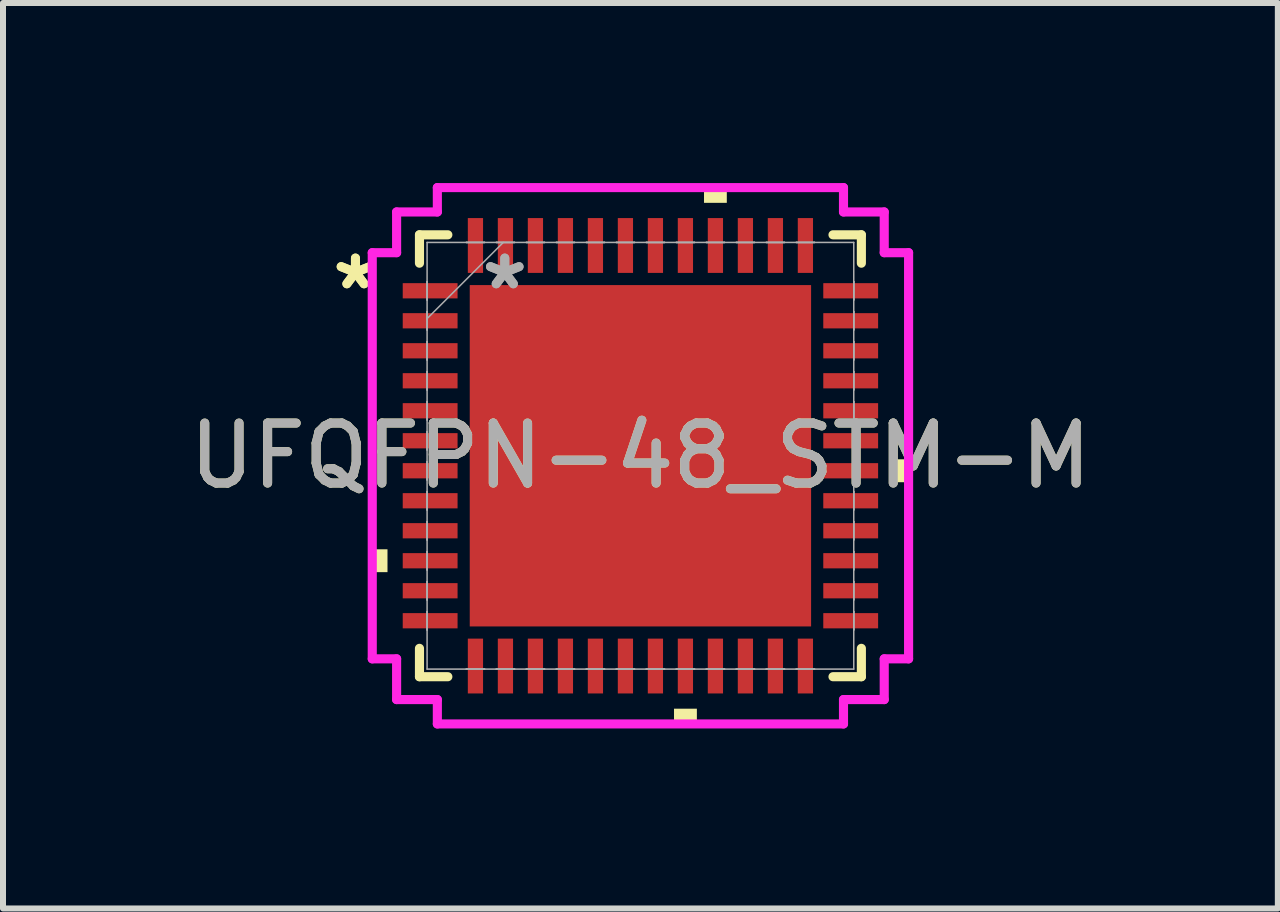
<source format=kicad_pcb>
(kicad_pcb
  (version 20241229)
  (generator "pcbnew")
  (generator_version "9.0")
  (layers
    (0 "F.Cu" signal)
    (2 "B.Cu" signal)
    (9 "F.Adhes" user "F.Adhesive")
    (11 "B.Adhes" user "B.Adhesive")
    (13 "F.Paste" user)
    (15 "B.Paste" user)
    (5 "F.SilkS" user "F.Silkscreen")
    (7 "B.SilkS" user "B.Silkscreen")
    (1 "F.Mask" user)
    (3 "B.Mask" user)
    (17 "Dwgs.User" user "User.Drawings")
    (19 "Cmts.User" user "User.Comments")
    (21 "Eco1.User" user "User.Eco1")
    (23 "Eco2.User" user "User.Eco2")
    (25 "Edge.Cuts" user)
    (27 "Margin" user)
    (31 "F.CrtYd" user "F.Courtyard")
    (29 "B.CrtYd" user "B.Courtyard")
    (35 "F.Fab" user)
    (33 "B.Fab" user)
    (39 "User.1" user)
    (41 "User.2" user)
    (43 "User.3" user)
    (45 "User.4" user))
  (footprint "UFQFPN-48_STM-M"
    (layer "F.Cu")
    (at 7.625 4.547)
    (property "Reference" "UFQFPN-48_STM-M" (at 0 0 0) (unlocked yes) (layer "F.SilkS") (effects (font (size 1 1) (thickness 0.15))))
    (attr smd)
    (fp_line (start -3.683 -3.683) (end -3.683 -3.21) (stroke (width 0.152) (type solid)) (layer "F.SilkS"))
    (fp_line (start -3.683 3.21) (end -3.683 3.683) (stroke (width 0.152) (type solid)) (layer "F.SilkS"))
    (fp_line (start -3.683 3.683) (end -3.21 3.683) (stroke (width 0.152) (type solid)) (layer "F.SilkS"))
    (fp_line (start -3.21 -3.683) (end -3.683 -3.683) (stroke (width 0.152) (type solid)) (layer "F.SilkS"))
    (fp_line (start 3.21 3.683) (end 3.683 3.683) (stroke (width 0.152) (type solid)) (layer "F.SilkS"))
    (fp_line (start 3.683 -3.683) (end 3.21 -3.683) (stroke (width 0.152) (type solid)) (layer "F.SilkS"))
    (fp_line (start 3.683 -3.21) (end 3.683 -3.683) (stroke (width 0.152) (type solid)) (layer "F.SilkS"))
    (fp_line (start 3.683 3.683) (end 3.683 3.21) (stroke (width 0.152) (type solid)) (layer "F.SilkS"))
    (fp_poly (pts (xy -4.47 1.559) (xy -4.47 1.94) (xy -4.216 1.94) (xy -4.216 1.559)) (stroke (width 0) (type solid)) (fill yes) (layer "F.SilkS"))
    (fp_poly (pts (xy 0.56 4.216) (xy 0.56 4.47) (xy 0.941 4.47) (xy 0.941 4.216)) (stroke (width 0) (type solid)) (fill yes) (layer "F.SilkS"))
    (fp_poly (pts (xy 1.06 -4.216) (xy 1.06 -4.47) (xy 1.44 -4.47) (xy 1.44 -4.216)) (stroke (width 0) (type solid)) (fill yes) (layer "F.SilkS"))
    (fp_poly (pts (xy 4.47 0.059) (xy 4.47 0.441) (xy 4.216 0.441) (xy 4.216 0.059)) (stroke (width 0) (type solid)) (fill yes) (layer "F.SilkS"))
    (fp_line (start -4.47 -3.385) (end -4.064 -3.385) (stroke (width 0.152) (type solid)) (layer "F.CrtYd"))
    (fp_line (start -4.47 3.385) (end -4.47 -3.385) (stroke (width 0.152) (type solid)) (layer "F.CrtYd"))
    (fp_line (start -4.064 -4.064) (end -3.385 -4.064) (stroke (width 0.152) (type solid)) (layer "F.CrtYd"))
    (fp_line (start -4.064 -3.385) (end -4.064 -4.064) (stroke (width 0.152) (type solid)) (layer "F.CrtYd"))
    (fp_line (start -4.064 3.385) (end -4.47 3.385) (stroke (width 0.152) (type solid)) (layer "F.CrtYd"))
    (fp_line (start -4.064 4.064) (end -4.064 3.385) (stroke (width 0.152) (type solid)) (layer "F.CrtYd"))
    (fp_line (start -3.385 -4.47) (end 3.385 -4.47) (stroke (width 0.152) (type solid)) (layer "F.CrtYd"))
    (fp_line (start -3.385 -4.064) (end -3.385 -4.47) (stroke (width 0.152) (type solid)) (layer "F.CrtYd"))
    (fp_line (start -3.385 4.064) (end -4.064 4.064) (stroke (width 0.152) (type solid)) (layer "F.CrtYd"))
    (fp_line (start -3.385 4.47) (end -3.385 4.064) (stroke (width 0.152) (type solid)) (layer "F.CrtYd"))
    (fp_line (start 3.385 -4.47) (end 3.385 -4.064) (stroke (width 0.152) (type solid)) (layer "F.CrtYd"))
    (fp_line (start 3.385 -4.064) (end 4.064 -4.064) (stroke (width 0.152) (type solid)) (layer "F.CrtYd"))
    (fp_line (start 3.385 4.064) (end 3.385 4.47) (stroke (width 0.152) (type solid)) (layer "F.CrtYd"))
    (fp_line (start 3.385 4.47) (end -3.385 4.47) (stroke (width 0.152) (type solid)) (layer "F.CrtYd"))
    (fp_line (start 4.064 -4.064) (end 4.064 -3.385) (stroke (width 0.152) (type solid)) (layer "F.CrtYd"))
    (fp_line (start 4.064 -3.385) (end 4.47 -3.385) (stroke (width 0.152) (type solid)) (layer "F.CrtYd"))
    (fp_line (start 4.064 3.385) (end 4.064 4.064) (stroke (width 0.152) (type solid)) (layer "F.CrtYd"))
    (fp_line (start 4.064 4.064) (end 3.385 4.064) (stroke (width 0.152) (type solid)) (layer "F.CrtYd"))
    (fp_line (start 4.47 -3.385) (end 4.47 3.385) (stroke (width 0.152) (type solid)) (layer "F.CrtYd"))
    (fp_line (start 4.47 3.385) (end 4.064 3.385) (stroke (width 0.152) (type solid)) (layer "F.CrtYd"))
    (fp_line (start -3.556 -3.556) (end -3.556 3.556) (stroke (width 0.025) (type solid)) (layer "F.Fab"))
    (fp_line (start -3.556 -2.902) (end -3.556 -2.902) (stroke (width 0.025) (type solid)) (layer "F.Fab"))
    (fp_line (start -3.556 -2.902) (end -3.556 -2.598) (stroke (width 0.025) (type solid)) (layer "F.Fab"))
    (fp_line (start -3.556 -2.598) (end -3.556 -2.902) (stroke (width 0.025) (type solid)) (layer "F.Fab"))
    (fp_line (start -3.556 -2.598) (end -3.556 -2.598) (stroke (width 0.025) (type solid)) (layer "F.Fab"))
    (fp_line (start -3.556 -2.402) (end -3.556 -2.402) (stroke (width 0.025) (type solid)) (layer "F.Fab"))
    (fp_line (start -3.556 -2.402) (end -3.556 -2.098) (stroke (width 0.025) (type solid)) (layer "F.Fab"))
    (fp_line (start -3.556 -2.286) (end -2.286 -3.556) (stroke (width 0.025) (type solid)) (layer "F.Fab"))
    (fp_line (start -3.556 -2.098) (end -3.556 -2.402) (stroke (width 0.025) (type solid)) (layer "F.Fab"))
    (fp_line (start -3.556 -2.098) (end -3.556 -2.098) (stroke (width 0.025) (type solid)) (layer "F.Fab"))
    (fp_line (start -3.556 -1.902) (end -3.556 -1.902) (stroke (width 0.025) (type solid)) (layer "F.Fab"))
    (fp_line (start -3.556 -1.902) (end -3.556 -1.598) (stroke (width 0.025) (type solid)) (layer "F.Fab"))
    (fp_line (start -3.556 -1.598) (end -3.556 -1.902) (stroke (width 0.025) (type solid)) (layer "F.Fab"))
    (fp_line (start -3.556 -1.598) (end -3.556 -1.598) (stroke (width 0.025) (type solid)) (layer "F.Fab"))
    (fp_line (start -3.556 -1.402) (end -3.556 -1.402) (stroke (width 0.025) (type solid)) (layer "F.Fab"))
    (fp_line (start -3.556 -1.402) (end -3.556 -1.098) (stroke (width 0.025) (type solid)) (layer "F.Fab"))
    (fp_line (start -3.556 -1.098) (end -3.556 -1.402) (stroke (width 0.025) (type solid)) (layer "F.Fab"))
    (fp_line (start -3.556 -1.098) (end -3.556 -1.098) (stroke (width 0.025) (type solid)) (layer "F.Fab"))
    (fp_line (start -3.556 -0.902) (end -3.556 -0.902) (stroke (width 0.025) (type solid)) (layer "F.Fab"))
    (fp_line (start -3.556 -0.902) (end -3.556 -0.598) (stroke (width 0.025) (type solid)) (layer "F.Fab"))
    (fp_line (start -3.556 -0.598) (end -3.556 -0.902) (stroke (width 0.025) (type solid)) (layer "F.Fab"))
    (fp_line (start -3.556 -0.598) (end -3.556 -0.598) (stroke (width 0.025) (type solid)) (layer "F.Fab"))
    (fp_line (start -3.556 -0.402) (end -3.556 -0.402) (stroke (width 0.025) (type solid)) (layer "F.Fab"))
    (fp_line (start -3.556 -0.402) (end -3.556 -0.098) (stroke (width 0.025) (type solid)) (layer "F.Fab"))
    (fp_line (start -3.556 -0.098) (end -3.556 -0.402) (stroke (width 0.025) (type solid)) (layer "F.Fab"))
    (fp_line (start -3.556 -0.098) (end -3.556 -0.098) (stroke (width 0.025) (type solid)) (layer "F.Fab"))
    (fp_line (start -3.556 0.098) (end -3.556 0.098) (stroke (width 0.025) (type solid)) (layer "F.Fab"))
    (fp_line (start -3.556 0.098) (end -3.556 0.402) (stroke (width 0.025) (type solid)) (layer "F.Fab"))
    (fp_line (start -3.556 0.402) (end -3.556 0.098) (stroke (width 0.025) (type solid)) (layer "F.Fab"))
    (fp_line (start -3.556 0.402) (end -3.556 0.402) (stroke (width 0.025) (type solid)) (layer "F.Fab"))
    (fp_line (start -3.556 0.598) (end -3.556 0.598) (stroke (width 0.025) (type solid)) (layer "F.Fab"))
    (fp_line (start -3.556 0.598) (end -3.556 0.902) (stroke (width 0.025) (type solid)) (layer "F.Fab"))
    (fp_line (start -3.556 0.902) (end -3.556 0.598) (stroke (width 0.025) (type solid)) (layer "F.Fab"))
    (fp_line (start -3.556 0.902) (end -3.556 0.902) (stroke (width 0.025) (type solid)) (layer "F.Fab"))
    (fp_line (start -3.556 1.098) (end -3.556 1.098) (stroke (width 0.025) (type solid)) (layer "F.Fab"))
    (fp_line (start -3.556 1.098) (end -3.556 1.402) (stroke (width 0.025) (type solid)) (layer "F.Fab"))
    (fp_line (start -3.556 1.402) (end -3.556 1.098) (stroke (width 0.025) (type solid)) (layer "F.Fab"))
    (fp_line (start -3.556 1.402) (end -3.556 1.402) (stroke (width 0.025) (type solid)) (layer "F.Fab"))
    (fp_line (start -3.556 1.598) (end -3.556 1.598) (stroke (width 0.025) (type solid)) (layer "F.Fab"))
    (fp_line (start -3.556 1.598) (end -3.556 1.902) (stroke (width 0.025) (type solid)) (layer "F.Fab"))
    (fp_line (start -3.556 1.902) (end -3.556 1.598) (stroke (width 0.025) (type solid)) (layer "F.Fab"))
    (fp_line (start -3.556 1.902) (end -3.556 1.902) (stroke (width 0.025) (type solid)) (layer "F.Fab"))
    (fp_line (start -3.556 2.098) (end -3.556 2.098) (stroke (width 0.025) (type solid)) (layer "F.Fab"))
    (fp_line (start -3.556 2.098) (end -3.556 2.402) (stroke (width 0.025) (type solid)) (layer "F.Fab"))
    (fp_line (start -3.556 2.402) (end -3.556 2.098) (stroke (width 0.025) (type solid)) (layer "F.Fab"))
    (fp_line (start -3.556 2.402) (end -3.556 2.402) (stroke (width 0.025) (type solid)) (layer "F.Fab"))
    (fp_line (start -3.556 2.598) (end -3.556 2.598) (stroke (width 0.025) (type solid)) (layer "F.Fab"))
    (fp_line (start -3.556 2.598) (end -3.556 2.902) (stroke (width 0.025) (type solid)) (layer "F.Fab"))
    (fp_line (start -3.556 2.902) (end -3.556 2.598) (stroke (width 0.025) (type solid)) (layer "F.Fab"))
    (fp_line (start -3.556 2.902) (end -3.556 2.902) (stroke (width 0.025) (type solid)) (layer "F.Fab"))
    (fp_line (start -3.556 3.556) (end 3.556 3.556) (stroke (width 0.025) (type solid)) (layer "F.Fab"))
    (fp_line (start -2.902 -3.556) (end -2.902 -3.556) (stroke (width 0.025) (type solid)) (layer "F.Fab"))
    (fp_line (start -2.902 -3.556) (end -2.598 -3.556) (stroke (width 0.025) (type solid)) (layer "F.Fab"))
    (fp_line (start -2.902 3.556) (end -2.902 3.556) (stroke (width 0.025) (type solid)) (layer "F.Fab"))
    (fp_line (start -2.902 3.556) (end -2.598 3.556) (stroke (width 0.025) (type solid)) (layer "F.Fab"))
    (fp_line (start -2.598 -3.556) (end -2.902 -3.556) (stroke (width 0.025) (type solid)) (layer "F.Fab"))
    (fp_line (start -2.598 -3.556) (end -2.598 -3.556) (stroke (width 0.025) (type solid)) (layer "F.Fab"))
    (fp_line (start -2.598 3.556) (end -2.902 3.556) (stroke (width 0.025) (type solid)) (layer "F.Fab"))
    (fp_line (start -2.598 3.556) (end -2.598 3.556) (stroke (width 0.025) (type solid)) (layer "F.Fab"))
    (fp_line (start -2.402 -3.556) (end -2.402 -3.556) (stroke (width 0.025) (type solid)) (layer "F.Fab"))
    (fp_line (start -2.402 -3.556) (end -2.098 -3.556) (stroke (width 0.025) (type solid)) (layer "F.Fab"))
    (fp_line (start -2.402 3.556) (end -2.402 3.556) (stroke (width 0.025) (type solid)) (layer "F.Fab"))
    (fp_line (start -2.402 3.556) (end -2.098 3.556) (stroke (width 0.025) (type solid)) (layer "F.Fab"))
    (fp_line (start -2.098 -3.556) (end -2.402 -3.556) (stroke (width 0.025) (type solid)) (layer "F.Fab"))
    (fp_line (start -2.098 -3.556) (end -2.098 -3.556) (stroke (width 0.025) (type solid)) (layer "F.Fab"))
    (fp_line (start -2.098 3.556) (end -2.402 3.556) (stroke (width 0.025) (type solid)) (layer "F.Fab"))
    (fp_line (start -2.098 3.556) (end -2.098 3.556) (stroke (width 0.025) (type solid)) (layer "F.Fab"))
    (fp_line (start -1.902 -3.556) (end -1.902 -3.556) (stroke (width 0.025) (type solid)) (layer "F.Fab"))
    (fp_line (start -1.902 -3.556) (end -1.598 -3.556) (stroke (width 0.025) (type solid)) (layer "F.Fab"))
    (fp_line (start -1.902 3.556) (end -1.902 3.556) (stroke (width 0.025) (type solid)) (layer "F.Fab"))
    (fp_line (start -1.902 3.556) (end -1.598 3.556) (stroke (width 0.025) (type solid)) (layer "F.Fab"))
    (fp_line (start -1.598 -3.556) (end -1.902 -3.556) (stroke (width 0.025) (type solid)) (layer "F.Fab"))
    (fp_line (start -1.598 -3.556) (end -1.598 -3.556) (stroke (width 0.025) (type solid)) (layer "F.Fab"))
    (fp_line (start -1.598 3.556) (end -1.902 3.556) (stroke (width 0.025) (type solid)) (layer "F.Fab"))
    (fp_line (start -1.598 3.556) (end -1.598 3.556) (stroke (width 0.025) (type solid)) (layer "F.Fab"))
    (fp_line (start -1.402 -3.556) (end -1.402 -3.556) (stroke (width 0.025) (type solid)) (layer "F.Fab"))
    (fp_line (start -1.402 -3.556) (end -1.098 -3.556) (stroke (width 0.025) (type solid)) (layer "F.Fab"))
    (fp_line (start -1.402 3.556) (end -1.402 3.556) (stroke (width 0.025) (type solid)) (layer "F.Fab"))
    (fp_line (start -1.402 3.556) (end -1.098 3.556) (stroke (width 0.025) (type solid)) (layer "F.Fab"))
    (fp_line (start -1.098 -3.556) (end -1.402 -3.556) (stroke (width 0.025) (type solid)) (layer "F.Fab"))
    (fp_line (start -1.098 -3.556) (end -1.098 -3.556) (stroke (width 0.025) (type solid)) (layer "F.Fab"))
    (fp_line (start -1.098 3.556) (end -1.402 3.556) (stroke (width 0.025) (type solid)) (layer "F.Fab"))
    (fp_line (start -1.098 3.556) (end -1.098 3.556) (stroke (width 0.025) (type solid)) (layer "F.Fab"))
    (fp_line (start -0.902 -3.556) (end -0.902 -3.556) (stroke (width 0.025) (type solid)) (layer "F.Fab"))
    (fp_line (start -0.902 -3.556) (end -0.598 -3.556) (stroke (width 0.025) (type solid)) (layer "F.Fab"))
    (fp_line (start -0.902 3.556) (end -0.902 3.556) (stroke (width 0.025) (type solid)) (layer "F.Fab"))
    (fp_line (start -0.902 3.556) (end -0.598 3.556) (stroke (width 0.025) (type solid)) (layer "F.Fab"))
    (fp_line (start -0.598 -3.556) (end -0.902 -3.556) (stroke (width 0.025) (type solid)) (layer "F.Fab"))
    (fp_line (start -0.598 -3.556) (end -0.598 -3.556) (stroke (width 0.025) (type solid)) (layer "F.Fab"))
    (fp_line (start -0.598 3.556) (end -0.902 3.556) (stroke (width 0.025) (type solid)) (layer "F.Fab"))
    (fp_line (start -0.598 3.556) (end -0.598 3.556) (stroke (width 0.025) (type solid)) (layer "F.Fab"))
    (fp_line (start -0.402 -3.556) (end -0.402 -3.556) (stroke (width 0.025) (type solid)) (layer "F.Fab"))
    (fp_line (start -0.402 -3.556) (end -0.098 -3.556) (stroke (width 0.025) (type solid)) (layer "F.Fab"))
    (fp_line (start -0.402 3.556) (end -0.402 3.556) (stroke (width 0.025) (type solid)) (layer "F.Fab"))
    (fp_line (start -0.402 3.556) (end -0.098 3.556) (stroke (width 0.025) (type solid)) (layer "F.Fab"))
    (fp_line (start -0.098 -3.556) (end -0.402 -3.556) (stroke (width 0.025) (type solid)) (layer "F.Fab"))
    (fp_line (start -0.098 -3.556) (end -0.098 -3.556) (stroke (width 0.025) (type solid)) (layer "F.Fab"))
    (fp_line (start -0.098 3.556) (end -0.402 3.556) (stroke (width 0.025) (type solid)) (layer "F.Fab"))
    (fp_line (start -0.098 3.556) (end -0.098 3.556) (stroke (width 0.025) (type solid)) (layer "F.Fab"))
    (fp_line (start 0.098 -3.556) (end 0.098 -3.556) (stroke (width 0.025) (type solid)) (layer "F.Fab"))
    (fp_line (start 0.098 -3.556) (end 0.402 -3.556) (stroke (width 0.025) (type solid)) (layer "F.Fab"))
    (fp_line (start 0.098 3.556) (end 0.098 3.556) (stroke (width 0.025) (type solid)) (layer "F.Fab"))
    (fp_line (start 0.098 3.556) (end 0.402 3.556) (stroke (width 0.025) (type solid)) (layer "F.Fab"))
    (fp_line (start 0.402 -3.556) (end 0.098 -3.556) (stroke (width 0.025) (type solid)) (layer "F.Fab"))
    (fp_line (start 0.402 -3.556) (end 0.402 -3.556) (stroke (width 0.025) (type solid)) (layer "F.Fab"))
    (fp_line (start 0.402 3.556) (end 0.098 3.556) (stroke (width 0.025) (type solid)) (layer "F.Fab"))
    (fp_line (start 0.402 3.556) (end 0.402 3.556) (stroke (width 0.025) (type solid)) (layer "F.Fab"))
    (fp_line (start 0.598 -3.556) (end 0.598 -3.556) (stroke (width 0.025) (type solid)) (layer "F.Fab"))
    (fp_line (start 0.598 -3.556) (end 0.902 -3.556) (stroke (width 0.025) (type solid)) (layer "F.Fab"))
    (fp_line (start 0.598 3.556) (end 0.598 3.556) (stroke (width 0.025) (type solid)) (layer "F.Fab"))
    (fp_line (start 0.598 3.556) (end 0.902 3.556) (stroke (width 0.025) (type solid)) (layer "F.Fab"))
    (fp_line (start 0.902 -3.556) (end 0.598 -3.556) (stroke (width 0.025) (type solid)) (layer "F.Fab"))
    (fp_line (start 0.902 -3.556) (end 0.902 -3.556) (stroke (width 0.025) (type solid)) (layer "F.Fab"))
    (fp_line (start 0.902 3.556) (end 0.598 3.556) (stroke (width 0.025) (type solid)) (layer "F.Fab"))
    (fp_line (start 0.902 3.556) (end 0.902 3.556) (stroke (width 0.025) (type solid)) (layer "F.Fab"))
    (fp_line (start 1.098 -3.556) (end 1.098 -3.556) (stroke (width 0.025) (type solid)) (layer "F.Fab"))
    (fp_line (start 1.098 -3.556) (end 1.402 -3.556) (stroke (width 0.025) (type solid)) (layer "F.Fab"))
    (fp_line (start 1.098 3.556) (end 1.098 3.556) (stroke (width 0.025) (type solid)) (layer "F.Fab"))
    (fp_line (start 1.098 3.556) (end 1.402 3.556) (stroke (width 0.025) (type solid)) (layer "F.Fab"))
    (fp_line (start 1.402 -3.556) (end 1.098 -3.556) (stroke (width 0.025) (type solid)) (layer "F.Fab"))
    (fp_line (start 1.402 -3.556) (end 1.402 -3.556) (stroke (width 0.025) (type solid)) (layer "F.Fab"))
    (fp_line (start 1.402 3.556) (end 1.098 3.556) (stroke (width 0.025) (type solid)) (layer "F.Fab"))
    (fp_line (start 1.402 3.556) (end 1.402 3.556) (stroke (width 0.025) (type solid)) (layer "F.Fab"))
    (fp_line (start 1.598 -3.556) (end 1.598 -3.556) (stroke (width 0.025) (type solid)) (layer "F.Fab"))
    (fp_line (start 1.598 -3.556) (end 1.902 -3.556) (stroke (width 0.025) (type solid)) (layer "F.Fab"))
    (fp_line (start 1.598 3.556) (end 1.598 3.556) (stroke (width 0.025) (type solid)) (layer "F.Fab"))
    (fp_line (start 1.598 3.556) (end 1.902 3.556) (stroke (width 0.025) (type solid)) (layer "F.Fab"))
    (fp_line (start 1.902 -3.556) (end 1.598 -3.556) (stroke (width 0.025) (type solid)) (layer "F.Fab"))
    (fp_line (start 1.902 -3.556) (end 1.902 -3.556) (stroke (width 0.025) (type solid)) (layer "F.Fab"))
    (fp_line (start 1.902 3.556) (end 1.598 3.556) (stroke (width 0.025) (type solid)) (layer "F.Fab"))
    (fp_line (start 1.902 3.556) (end 1.902 3.556) (stroke (width 0.025) (type solid)) (layer "F.Fab"))
    (fp_line (start 2.098 -3.556) (end 2.098 -3.556) (stroke (width 0.025) (type solid)) (layer "F.Fab"))
    (fp_line (start 2.098 -3.556) (end 2.402 -3.556) (stroke (width 0.025) (type solid)) (layer "F.Fab"))
    (fp_line (start 2.098 3.556) (end 2.098 3.556) (stroke (width 0.025) (type solid)) (layer "F.Fab"))
    (fp_line (start 2.098 3.556) (end 2.402 3.556) (stroke (width 0.025) (type solid)) (layer "F.Fab"))
    (fp_line (start 2.402 -3.556) (end 2.098 -3.556) (stroke (width 0.025) (type solid)) (layer "F.Fab"))
    (fp_line (start 2.402 -3.556) (end 2.402 -3.556) (stroke (width 0.025) (type solid)) (layer "F.Fab"))
    (fp_line (start 2.402 3.556) (end 2.098 3.556) (stroke (width 0.025) (type solid)) (layer "F.Fab"))
    (fp_line (start 2.402 3.556) (end 2.402 3.556) (stroke (width 0.025) (type solid)) (layer "F.Fab"))
    (fp_line (start 2.598 -3.556) (end 2.598 -3.556) (stroke (width 0.025) (type solid)) (layer "F.Fab"))
    (fp_line (start 2.598 -3.556) (end 2.902 -3.556) (stroke (width 0.025) (type solid)) (layer "F.Fab"))
    (fp_line (start 2.598 3.556) (end 2.598 3.556) (stroke (width 0.025) (type solid)) (layer "F.Fab"))
    (fp_line (start 2.598 3.556) (end 2.902 3.556) (stroke (width 0.025) (type solid)) (layer "F.Fab"))
    (fp_line (start 2.902 -3.556) (end 2.598 -3.556) (stroke (width 0.025) (type solid)) (layer "F.Fab"))
    (fp_line (start 2.902 -3.556) (end 2.902 -3.556) (stroke (width 0.025) (type solid)) (layer "F.Fab"))
    (fp_line (start 2.902 3.556) (end 2.598 3.556) (stroke (width 0.025) (type solid)) (layer "F.Fab"))
    (fp_line (start 2.902 3.556) (end 2.902 3.556) (stroke (width 0.025) (type solid)) (layer "F.Fab"))
    (fp_line (start 3.556 -3.556) (end -3.556 -3.556) (stroke (width 0.025) (type solid)) (layer "F.Fab"))
    (fp_line (start 3.556 -2.902) (end 3.556 -2.902) (stroke (width 0.025) (type solid)) (layer "F.Fab"))
    (fp_line (start 3.556 -2.902) (end 3.556 -2.598) (stroke (width 0.025) (type solid)) (layer "F.Fab"))
    (fp_line (start 3.556 -2.598) (end 3.556 -2.902) (stroke (width 0.025) (type solid)) (layer "F.Fab"))
    (fp_line (start 3.556 -2.598) (end 3.556 -2.598) (stroke (width 0.025) (type solid)) (layer "F.Fab"))
    (fp_line (start 3.556 -2.402) (end 3.556 -2.402) (stroke (width 0.025) (type solid)) (layer "F.Fab"))
    (fp_line (start 3.556 -2.402) (end 3.556 -2.098) (stroke (width 0.025) (type solid)) (layer "F.Fab"))
    (fp_line (start 3.556 -2.098) (end 3.556 -2.402) (stroke (width 0.025) (type solid)) (layer "F.Fab"))
    (fp_line (start 3.556 -2.098) (end 3.556 -2.098) (stroke (width 0.025) (type solid)) (layer "F.Fab"))
    (fp_line (start 3.556 -1.902) (end 3.556 -1.902) (stroke (width 0.025) (type solid)) (layer "F.Fab"))
    (fp_line (start 3.556 -1.902) (end 3.556 -1.598) (stroke (width 0.025) (type solid)) (layer "F.Fab"))
    (fp_line (start 3.556 -1.598) (end 3.556 -1.902) (stroke (width 0.025) (type solid)) (layer "F.Fab"))
    (fp_line (start 3.556 -1.598) (end 3.556 -1.598) (stroke (width 0.025) (type solid)) (layer "F.Fab"))
    (fp_line (start 3.556 -1.402) (end 3.556 -1.402) (stroke (width 0.025) (type solid)) (layer "F.Fab"))
    (fp_line (start 3.556 -1.402) (end 3.556 -1.098) (stroke (width 0.025) (type solid)) (layer "F.Fab"))
    (fp_line (start 3.556 -1.098) (end 3.556 -1.402) (stroke (width 0.025) (type solid)) (layer "F.Fab"))
    (fp_line (start 3.556 -1.098) (end 3.556 -1.098) (stroke (width 0.025) (type solid)) (layer "F.Fab"))
    (fp_line (start 3.556 -0.902) (end 3.556 -0.902) (stroke (width 0.025) (type solid)) (layer "F.Fab"))
    (fp_line (start 3.556 -0.902) (end 3.556 -0.598) (stroke (width 0.025) (type solid)) (layer "F.Fab"))
    (fp_line (start 3.556 -0.598) (end 3.556 -0.902) (stroke (width 0.025) (type solid)) (layer "F.Fab"))
    (fp_line (start 3.556 -0.598) (end 3.556 -0.598) (stroke (width 0.025) (type solid)) (layer "F.Fab"))
    (fp_line (start 3.556 -0.402) (end 3.556 -0.402) (stroke (width 0.025) (type solid)) (layer "F.Fab"))
    (fp_line (start 3.556 -0.402) (end 3.556 -0.098) (stroke (width 0.025) (type solid)) (layer "F.Fab"))
    (fp_line (start 3.556 -0.098) (end 3.556 -0.402) (stroke (width 0.025) (type solid)) (layer "F.Fab"))
    (fp_line (start 3.556 -0.098) (end 3.556 -0.098) (stroke (width 0.025) (type solid)) (layer "F.Fab"))
    (fp_line (start 3.556 0.098) (end 3.556 0.098) (stroke (width 0.025) (type solid)) (layer "F.Fab"))
    (fp_line (start 3.556 0.098) (end 3.556 0.402) (stroke (width 0.025) (type solid)) (layer "F.Fab"))
    (fp_line (start 3.556 0.402) (end 3.556 0.098) (stroke (width 0.025) (type solid)) (layer "F.Fab"))
    (fp_line (start 3.556 0.402) (end 3.556 0.402) (stroke (width 0.025) (type solid)) (layer "F.Fab"))
    (fp_line (start 3.556 0.598) (end 3.556 0.598) (stroke (width 0.025) (type solid)) (layer "F.Fab"))
    (fp_line (start 3.556 0.598) (end 3.556 0.902) (stroke (width 0.025) (type solid)) (layer "F.Fab"))
    (fp_line (start 3.556 0.902) (end 3.556 0.598) (stroke (width 0.025) (type solid)) (layer "F.Fab"))
    (fp_line (start 3.556 0.902) (end 3.556 0.902) (stroke (width 0.025) (type solid)) (layer "F.Fab"))
    (fp_line (start 3.556 1.098) (end 3.556 1.098) (stroke (width 0.025) (type solid)) (layer "F.Fab"))
    (fp_line (start 3.556 1.098) (end 3.556 1.402) (stroke (width 0.025) (type solid)) (layer "F.Fab"))
    (fp_line (start 3.556 1.402) (end 3.556 1.098) (stroke (width 0.025) (type solid)) (layer "F.Fab"))
    (fp_line (start 3.556 1.402) (end 3.556 1.402) (stroke (width 0.025) (type solid)) (layer "F.Fab"))
    (fp_line (start 3.556 1.598) (end 3.556 1.598) (stroke (width 0.025) (type solid)) (layer "F.Fab"))
    (fp_line (start 3.556 1.598) (end 3.556 1.902) (stroke (width 0.025) (type solid)) (layer "F.Fab"))
    (fp_line (start 3.556 1.902) (end 3.556 1.598) (stroke (width 0.025) (type solid)) (layer "F.Fab"))
    (fp_line (start 3.556 1.902) (end 3.556 1.902) (stroke (width 0.025) (type solid)) (layer "F.Fab"))
    (fp_line (start 3.556 2.098) (end 3.556 2.098) (stroke (width 0.025) (type solid)) (layer "F.Fab"))
    (fp_line (start 3.556 2.098) (end 3.556 2.402) (stroke (width 0.025) (type solid)) (layer "F.Fab"))
    (fp_line (start 3.556 2.402) (end 3.556 2.098) (stroke (width 0.025) (type solid)) (layer "F.Fab"))
    (fp_line (start 3.556 2.402) (end 3.556 2.402) (stroke (width 0.025) (type solid)) (layer "F.Fab"))
    (fp_line (start 3.556 2.598) (end 3.556 2.598) (stroke (width 0.025) (type solid)) (layer "F.Fab"))
    (fp_line (start 3.556 2.598) (end 3.556 2.902) (stroke (width 0.025) (type solid)) (layer "F.Fab"))
    (fp_line (start 3.556 2.902) (end 3.556 2.598) (stroke (width 0.025) (type solid)) (layer "F.Fab"))
    (fp_line (start 3.556 2.902) (end 3.556 2.902) (stroke (width 0.025) (type solid)) (layer "F.Fab"))
    (fp_line (start 3.556 3.556) (end 3.556 -3.556) (stroke (width 0.025) (type solid)) (layer "F.Fab"))
    (fp_text user "*" (at -4.75 -2.75 0) (unlocked yes) (layer "F.SilkS") (effects (font (size 1 1) (thickness 0.15))))
    (fp_text user "*" (at -4.75 -2.75 0) (layer "F.SilkS") (effects (font (size 1 1) (thickness 0.15))))
    (fp_text user "*" (at -2.261 -2.75 0) (unlocked yes) (layer "F.Fab") (effects (font (size 1 1) (thickness 0.15))))
    (fp_text user "${REFERENCE}" (at 0 0 0) (unlocked yes) (layer "F.Fab") (effects (font (size 1 1) (thickness 0.15))))
    (fp_text user "*" (at -2.261 -2.75 0) (layer "F.Fab") (effects (font (size 1 1) (thickness 0.15))))
    (pad "1" smd rect (at -3.505 -2.75 90) (size 0.254 0.914) (layers "F.Cu" "F.Mask" "F.Paste"))
    (pad "2" smd rect (at -3.505 -2.25 90) (size 0.254 0.914) (layers "F.Cu" "F.Mask" "F.Paste"))
    (pad "3" smd rect (at -3.505 -1.75 90) (size 0.254 0.914) (layers "F.Cu" "F.Mask" "F.Paste"))
    (pad "4" smd rect (at -3.505 -1.25 90) (size 0.254 0.914) (layers "F.Cu" "F.Mask" "F.Paste"))
    (pad "5" smd rect (at -3.505 -0.75 90) (size 0.254 0.914) (layers "F.Cu" "F.Mask" "F.Paste"))
    (pad "6" smd rect (at -3.505 -0.25 90) (size 0.254 0.914) (layers "F.Cu" "F.Mask" "F.Paste"))
    (pad "7" smd rect (at -3.505 0.25 90) (size 0.254 0.914) (layers "F.Cu" "F.Mask" "F.Paste"))
    (pad "8" smd rect (at -3.505 0.75 90) (size 0.254 0.914) (layers "F.Cu" "F.Mask" "F.Paste"))
    (pad "9" smd rect (at -3.505 1.25 90) (size 0.254 0.914) (layers "F.Cu" "F.Mask" "F.Paste"))
    (pad "10" smd rect (at -3.505 1.75 90) (size 0.254 0.914) (layers "F.Cu" "F.Mask" "F.Paste"))
    (pad "11" smd rect (at -3.505 2.25 90) (size 0.254 0.914) (layers "F.Cu" "F.Mask" "F.Paste"))
    (pad "12" smd rect (at -3.505 2.75 90) (size 0.254 0.914) (layers "F.Cu" "F.Mask" "F.Paste"))
    (pad "13" smd rect (at -2.75 3.505) (size 0.254 0.914) (layers "F.Cu" "F.Mask" "F.Paste"))
    (pad "14" smd rect (at -2.25 3.505) (size 0.254 0.914) (layers "F.Cu" "F.Mask" "F.Paste"))
    (pad "15" smd rect (at -1.75 3.505) (size 0.254 0.914) (layers "F.Cu" "F.Mask" "F.Paste"))
    (pad "16" smd rect (at -1.25 3.505) (size 0.254 0.914) (layers "F.Cu" "F.Mask" "F.Paste"))
    (pad "17" smd rect (at -0.75 3.505) (size 0.254 0.914) (layers "F.Cu" "F.Mask" "F.Paste"))
    (pad "18" smd rect (at -0.25 3.505) (size 0.254 0.914) (layers "F.Cu" "F.Mask" "F.Paste"))
    (pad "19" smd rect (at 0.25 3.505) (size 0.254 0.914) (layers "F.Cu" "F.Mask" "F.Paste"))
    (pad "20" smd rect (at 0.75 3.505) (size 0.254 0.914) (layers "F.Cu" "F.Mask" "F.Paste"))
    (pad "21" smd rect (at 1.25 3.505) (size 0.254 0.914) (layers "F.Cu" "F.Mask" "F.Paste"))
    (pad "22" smd rect (at 1.75 3.505) (size 0.254 0.914) (layers "F.Cu" "F.Mask" "F.Paste"))
    (pad "23" smd rect (at 2.25 3.505) (size 0.254 0.914) (layers "F.Cu" "F.Mask" "F.Paste"))
    (pad "24" smd rect (at 2.75 3.505) (size 0.254 0.914) (layers "F.Cu" "F.Mask" "F.Paste"))
    (pad "25" smd rect (at 3.505 2.75 90) (size 0.254 0.914) (layers "F.Cu" "F.Mask" "F.Paste"))
    (pad "26" smd rect (at 3.505 2.25 90) (size 0.254 0.914) (layers "F.Cu" "F.Mask" "F.Paste"))
    (pad "27" smd rect (at 3.505 1.75 90) (size 0.254 0.914) (layers "F.Cu" "F.Mask" "F.Paste"))
    (pad "28" smd rect (at 3.505 1.25 90) (size 0.254 0.914) (layers "F.Cu" "F.Mask" "F.Paste"))
    (pad "29" smd rect (at 3.505 0.75 90) (size 0.254 0.914) (layers "F.Cu" "F.Mask" "F.Paste"))
    (pad "30" smd rect (at 3.505 0.25 90) (size 0.254 0.914) (layers "F.Cu" "F.Mask" "F.Paste"))
    (pad "31" smd rect (at 3.505 -0.25 90) (size 0.254 0.914) (layers "F.Cu" "F.Mask" "F.Paste"))
    (pad "32" smd rect (at 3.505 -0.75 90) (size 0.254 0.914) (layers "F.Cu" "F.Mask" "F.Paste"))
    (pad "33" smd rect (at 3.505 -1.25 90) (size 0.254 0.914) (layers "F.Cu" "F.Mask" "F.Paste"))
    (pad "34" smd rect (at 3.505 -1.75 90) (size 0.254 0.914) (layers "F.Cu" "F.Mask" "F.Paste"))
    (pad "35" smd rect (at 3.505 -2.25 90) (size 0.254 0.914) (layers "F.Cu" "F.Mask" "F.Paste"))
    (pad "36" smd rect (at 3.505 -2.75 90) (size 0.254 0.914) (layers "F.Cu" "F.Mask" "F.Paste"))
    (pad "37" smd rect (at 2.75 -3.505) (size 0.254 0.914) (layers "F.Cu" "F.Mask" "F.Paste"))
    (pad "38" smd rect (at 2.25 -3.505) (size 0.254 0.914) (layers "F.Cu" "F.Mask" "F.Paste"))
    (pad "39" smd rect (at 1.75 -3.505) (size 0.254 0.914) (layers "F.Cu" "F.Mask" "F.Paste"))
    (pad "40" smd rect (at 1.25 -3.505) (size 0.254 0.914) (layers "F.Cu" "F.Mask" "F.Paste"))
    (pad "41" smd rect (at 0.75 -3.505) (size 0.254 0.914) (layers "F.Cu" "F.Mask" "F.Paste"))
    (pad "42" smd rect (at 0.25 -3.505) (size 0.254 0.914) (layers "F.Cu" "F.Mask" "F.Paste"))
    (pad "43" smd rect (at -0.25 -3.505) (size 0.254 0.914) (layers "F.Cu" "F.Mask" "F.Paste"))
    (pad "44" smd rect (at -0.75 -3.505) (size 0.254 0.914) (layers "F.Cu" "F.Mask" "F.Paste"))
    (pad "45" smd rect (at -1.25 -3.505) (size 0.254 0.914) (layers "F.Cu" "F.Mask" "F.Paste"))
    (pad "46" smd rect (at -1.75 -3.505) (size 0.254 0.914) (layers "F.Cu" "F.Mask" "F.Paste"))
    (pad "47" smd rect (at -2.25 -3.505) (size 0.254 0.914) (layers "F.Cu" "F.Mask" "F.Paste"))
    (pad "48" smd rect (at -2.75 -3.505) (size 0.254 0.914) (layers "F.Cu" "F.Mask" "F.Paste"))
    (pad "49" smd rect (at 0 0) (size 5.69 5.69) (layers "F.Cu" "F.Mask" "F.Paste")))
  (gr_rect
    (start -3 -3)
    (end 18.25 12.093)
    (stroke (width 0.1) (type default))
    (fill no)
    (layer "Edge.Cuts")))
</source>
